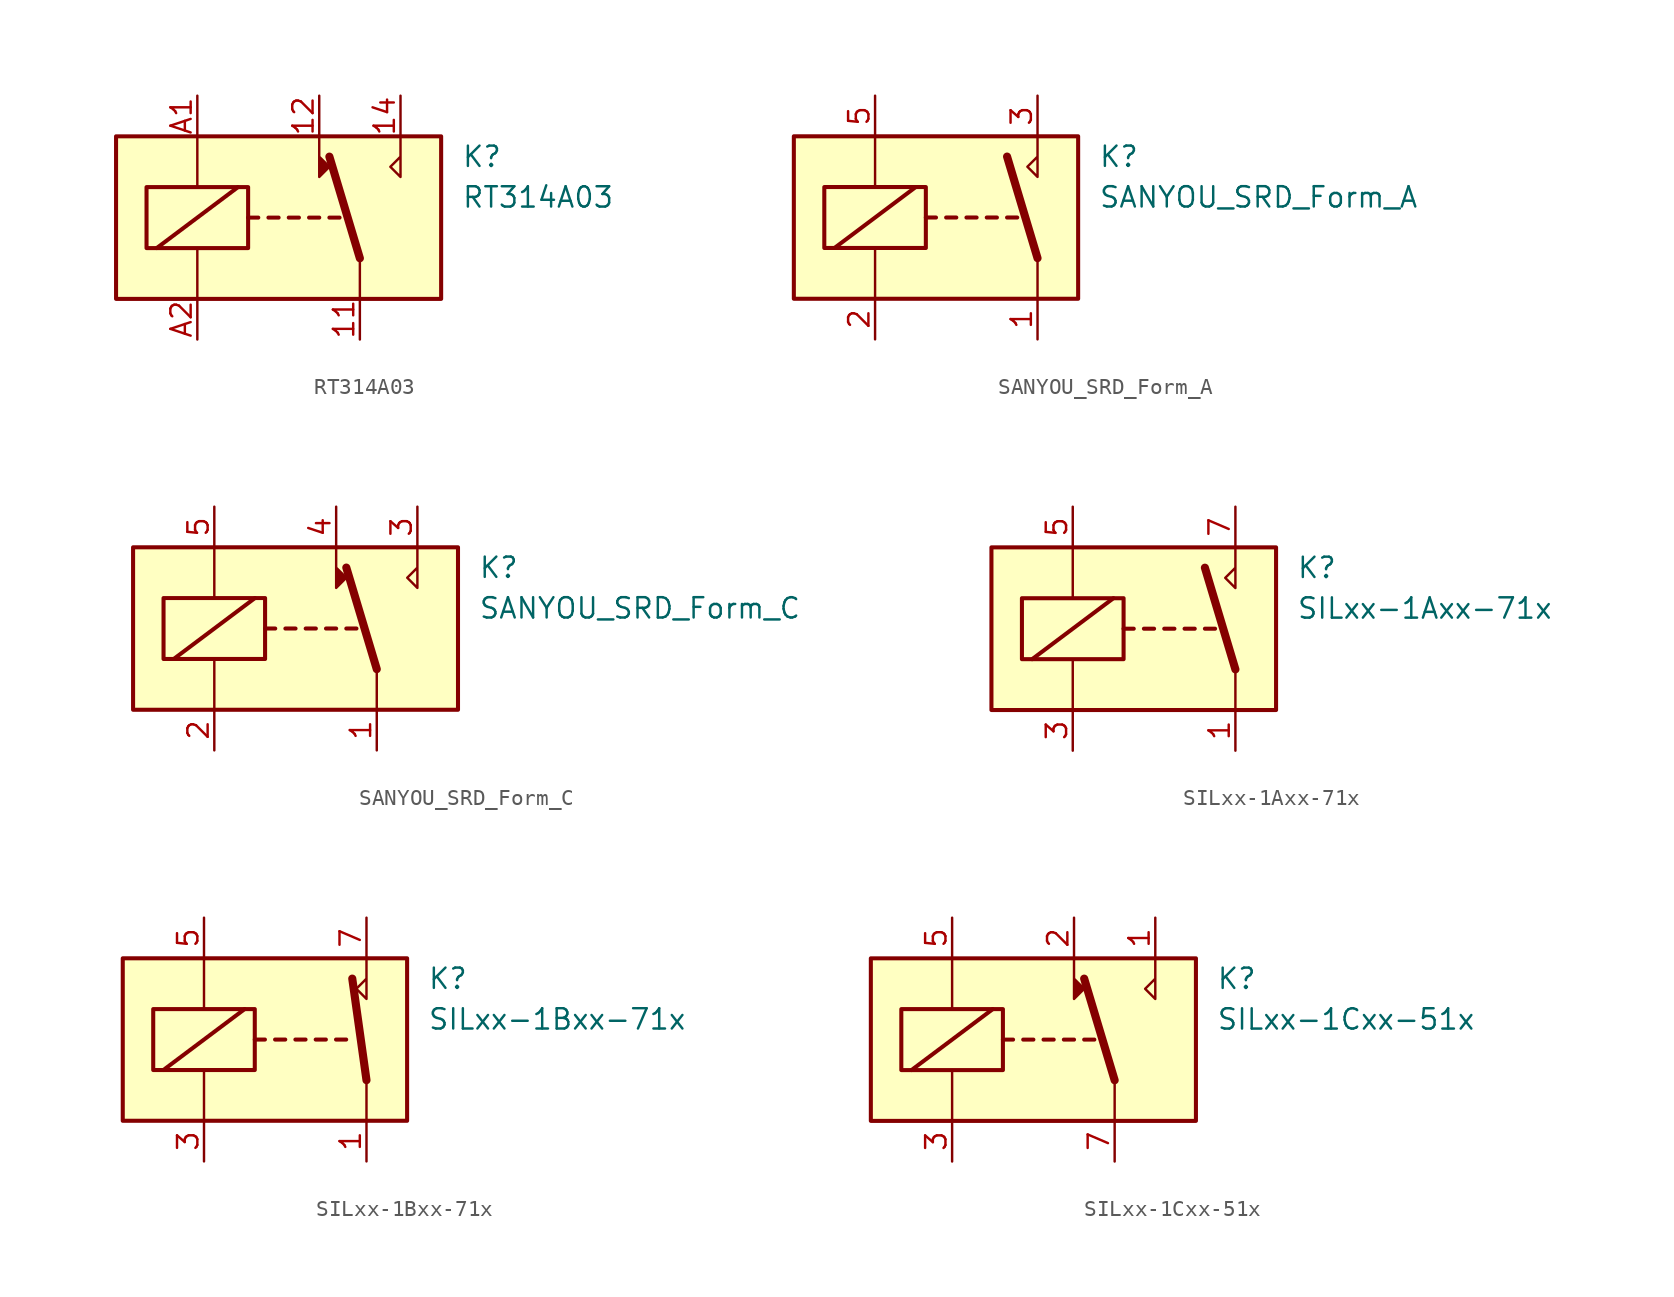
<source format=kicad_sym>
(kicad_symbol_lib
  (version 20200908)
  (generator kicad_symbol_editor)
  (symbol "Relay:RT314A03"
    (property "Reference" "K"
      (at 11.43 3.81 0)
      (effects (font (size 1.27 1.27)) (justify left)))
    (property "Value" "RT314A03"
      (at 11.43 1.27 0)
      (effects (font (size 1.27 1.27)) (justify left)))
    (symbol "RT314A03_0_1"
      (rectangle (start -10.16 5.08) (end 10.16 -5.08) (stroke (width 0.254)) (fill (type background)))
      (rectangle (start -8.255 1.905) (end -1.905 -1.905) (stroke (width 0.254)) (fill (type none)))
      (polyline (pts (xy -5.08 -5.08) (xy -5.08 -1.905)) (stroke (width 0)) (fill (type none)))
      (polyline (pts (xy -5.08 5.08) (xy -5.08 1.905)) (stroke (width 0)) (fill (type none)))
      (polyline (pts (xy -1.905 0) (xy -1.27 0)) (stroke (width 0.254)) (fill (type none)))
      (polyline (pts (xy -0.635 0) (xy 0 0)) (stroke (width 0.254)) (fill (type none)))
      (polyline (pts (xy 0.635 0) (xy 1.27 0)) (stroke (width 0.254)) (fill (type none)))
      (polyline (pts (xy 1.905 0) (xy 2.54 0)) (stroke (width 0.254)) (fill (type none)))
      (polyline (pts (xy 3.175 0) (xy 3.81 0)) (stroke (width 0.254)) (fill (type none)))
      (polyline (pts (xy 5.08 -2.54) (xy 3.175 3.81)) (stroke (width 0.508)) (fill (type none)))
      (polyline (pts (xy 5.08 -2.54) (xy 5.08 -5.08)) (stroke (width 0)) (fill (type none)))
      (polyline (pts (xy 2.54 5.08) (xy 2.54 2.54) (xy 3.175 3.175) (xy 2.54 3.81)) (stroke (width 0)) (fill (type outline)))
      (polyline (pts (xy 7.62 5.08) (xy 7.62 2.54) (xy 6.985 3.175) (xy 7.62 3.81)) (stroke (width 0)) (fill (type none))))
    (symbol "RT314A03_0_0"
      (polyline (pts (xy -2.54 1.905) (xy -7.62 -1.905)) (stroke (width 0.254)) (fill (type none))))
    (symbol "RT314A03_1_1"
      (pin passive line (at 5.08 -7.62 90) (length 2.54) (name "~" (effects (font (size 1.27 1.27)))) (number "11" (effects (font (size 1.27 1.27)))))
      (pin passive line (at 2.54 7.62 270) (length 2.54) (name "~" (effects (font (size 1.27 1.27)))) (number "12" (effects (font (size 1.27 1.27)))))
      (pin passive line (at 7.62 7.62 270) (length 2.54) (name "~" (effects (font (size 1.27 1.27)))) (number "14" (effects (font (size 1.27 1.27)))))
      (pin passive line (at -5.08 7.62 270) (length 2.54) (name "~" (effects (font (size 1.27 1.27)))) (number "A1" (effects (font (size 1.27 1.27)))))
      (pin passive line (at -5.08 -7.62 90) (length 2.54) (name "~" (effects (font (size 1.27 1.27)))) (number "A2" (effects (font (size 1.27 1.27)))))))
  (symbol "Relay:SANYOU_SRD_Form_A"
    (property "Reference" "K"
      (at 8.89 3.81 0)
      (effects (font (size 1.27 1.27)) (justify left)))
    (property "Value" "SANYOU_SRD_Form_A"
      (at 8.89 1.27 0)
      (effects (font (size 1.27 1.27)) (justify left)))
    (symbol "SANYOU_SRD_Form_A_0_1"
      (rectangle (start -10.16 5.08) (end 7.62 -5.08) (stroke (width 0.254)) (fill (type background)))
      (rectangle (start -8.255 1.905) (end -1.905 -1.905) (stroke (width 0.254)) (fill (type none)))
      (polyline (pts (xy -7.62 -1.905) (xy -2.54 1.905)) (stroke (width 0.254)) (fill (type none)))
      (polyline (pts (xy -5.08 -5.08) (xy -5.08 -1.905)) (stroke (width 0)) (fill (type none)))
      (polyline (pts (xy -5.08 5.08) (xy -5.08 1.905)) (stroke (width 0)) (fill (type none)))
      (polyline (pts (xy -1.905 0) (xy -1.27 0)) (stroke (width 0.254)) (fill (type none)))
      (polyline (pts (xy -0.635 0) (xy 0 0)) (stroke (width 0.254)) (fill (type none)))
      (polyline (pts (xy 0.635 0) (xy 1.27 0)) (stroke (width 0.254)) (fill (type none)))
      (polyline (pts (xy 1.905 0) (xy 2.54 0)) (stroke (width 0.254)) (fill (type none)))
      (polyline (pts (xy 3.175 0) (xy 3.81 0)) (stroke (width 0.254)) (fill (type none)))
      (polyline (pts (xy 5.08 -2.54) (xy 3.175 3.81)) (stroke (width 0.508)) (fill (type none)))
      (polyline (pts (xy 5.08 -2.54) (xy 5.08 -5.08)) (stroke (width 0)) (fill (type none))))
    (symbol "SANYOU_SRD_Form_A_0_0"
      (polyline (pts (xy 5.08 5.08) (xy 5.08 2.54) (xy 4.445 3.175) (xy 5.08 3.81)) (stroke (width 0)) (fill (type none))))
    (symbol "SANYOU_SRD_Form_A_1_1"
      (pin passive line (at 5.08 -7.62 90) (length 2.54) (name "~" (effects (font (size 1.27 1.27)))) (number "1" (effects (font (size 1.27 1.27)))))
      (pin passive line (at -5.08 -7.62 90) (length 2.54) (name "~" (effects (font (size 1.27 1.27)))) (number "2" (effects (font (size 1.27 1.27)))))
      (pin passive line (at 5.08 7.62 270) (length 2.54) (name "~" (effects (font (size 1.27 1.27)))) (number "3" (effects (font (size 1.27 1.27)))))
      (pin passive line (at -5.08 7.62 270) (length 2.54) (name "~" (effects (font (size 1.27 1.27)))) (number "5" (effects (font (size 1.27 1.27)))))))
  (symbol "Relay:SANYOU_SRD_Form_C"
    (property "Reference" "K"
      (at 11.43 3.81 0)
      (effects (font (size 1.27 1.27)) (justify left)))
    (property "Value" "SANYOU_SRD_Form_C"
      (at 11.43 1.27 0)
      (effects (font (size 1.27 1.27)) (justify left)))
    (symbol "SANYOU_SRD_Form_C_0_1"
      (rectangle (start -10.16 5.08) (end 10.16 -5.08) (stroke (width 0.254)) (fill (type background)))
      (rectangle (start -8.255 1.905) (end -1.905 -1.905) (stroke (width 0.254)) (fill (type none)))
      (polyline (pts (xy -7.62 -1.905) (xy -2.54 1.905)) (stroke (width 0.254)) (fill (type none)))
      (polyline (pts (xy -5.08 -5.08) (xy -5.08 -1.905)) (stroke (width 0)) (fill (type none)))
      (polyline (pts (xy -5.08 5.08) (xy -5.08 1.905)) (stroke (width 0)) (fill (type none)))
      (polyline (pts (xy -1.905 0) (xy -1.27 0)) (stroke (width 0.254)) (fill (type none)))
      (polyline (pts (xy -0.635 0) (xy 0 0)) (stroke (width 0.254)) (fill (type none)))
      (polyline (pts (xy 0.635 0) (xy 1.27 0)) (stroke (width 0.254)) (fill (type none)))
      (polyline (pts (xy 1.905 0) (xy 2.54 0)) (stroke (width 0.254)) (fill (type none)))
      (polyline (pts (xy 3.175 0) (xy 3.81 0)) (stroke (width 0.254)) (fill (type none)))
      (polyline (pts (xy 5.08 -2.54) (xy 3.175 3.81)) (stroke (width 0.508)) (fill (type none)))
      (polyline (pts (xy 5.08 -2.54) (xy 5.08 -5.08)) (stroke (width 0)) (fill (type none))))
    (symbol "SANYOU_SRD_Form_C_0_0"
      (polyline (pts (xy 7.62 5.08) (xy 7.62 2.54) (xy 6.985 3.175) (xy 7.62 3.81)) (stroke (width 0)) (fill (type none))))
    (symbol "SANYOU_SRD_Form_C_1_1"
      (polyline (pts (xy 2.54 3.81) (xy 3.175 3.175) (xy 2.54 2.54) (xy 2.54 5.08)) (stroke (width 0)) (fill (type outline)))
      (pin passive line (at 5.08 -7.62 90) (length 2.54) (name "~" (effects (font (size 1.27 1.27)))) (number "1" (effects (font (size 1.27 1.27)))))
      (pin passive line (at -5.08 -7.62 90) (length 2.54) (name "~" (effects (font (size 1.27 1.27)))) (number "2" (effects (font (size 1.27 1.27)))))
      (pin passive line (at 7.62 7.62 270) (length 2.54) (name "~" (effects (font (size 1.27 1.27)))) (number "3" (effects (font (size 1.27 1.27)))))
      (pin passive line (at 2.54 7.62 270) (length 2.54) (name "~" (effects (font (size 1.27 1.27)))) (number "4" (effects (font (size 1.27 1.27)))))
      (pin passive line (at -5.08 7.62 270) (length 2.54) (name "~" (effects (font (size 1.27 1.27)))) (number "5" (effects (font (size 1.27 1.27)))))))
  (symbol "Relay:SILxx-1Axx-71x"
    (property "Reference" "K"
      (at 8.89 3.81 0)
      (effects (font (size 1.27 1.27)) (justify left)))
    (property "Value" "SILxx-1Axx-71x"
      (at 8.89 1.27 0)
      (effects (font (size 1.27 1.27)) (justify left)))
    (symbol "SILxx-1Axx-71x_0_1"
      (rectangle (start -10.16 5.08) (end 7.62 -5.08) (stroke (width 0.254)) (fill (type background)))
      (rectangle (start -8.255 1.905) (end -1.905 -1.905) (stroke (width 0.254)) (fill (type none)))
      (polyline (pts (xy -7.62 -1.905) (xy -2.54 1.905)) (stroke (width 0.254)) (fill (type none)))
      (polyline (pts (xy -5.08 -5.08) (xy -5.08 -1.905)) (stroke (width 0)) (fill (type none)))
      (polyline (pts (xy -5.08 5.08) (xy -5.08 1.905)) (stroke (width 0)) (fill (type none)))
      (polyline (pts (xy -1.905 0) (xy -1.27 0)) (stroke (width 0.254)) (fill (type none)))
      (polyline (pts (xy -0.635 0) (xy 0 0)) (stroke (width 0.254)) (fill (type none)))
      (polyline (pts (xy 0.635 0) (xy 1.27 0)) (stroke (width 0.254)) (fill (type none)))
      (polyline (pts (xy 1.905 0) (xy 2.54 0)) (stroke (width 0.254)) (fill (type none)))
      (polyline (pts (xy 3.175 0) (xy 3.81 0)) (stroke (width 0.254)) (fill (type none)))
      (polyline (pts (xy 5.08 -2.54) (xy 3.175 3.81)) (stroke (width 0.508)) (fill (type none)))
      (polyline (pts (xy 5.08 -2.54) (xy 5.08 -5.08)) (stroke (width 0)) (fill (type none))))
    (symbol "SILxx-1Axx-71x_0_0"
      (polyline (pts (xy 5.08 5.08) (xy 5.08 2.54) (xy 4.445 3.175) (xy 5.08 3.81)) (stroke (width 0)) (fill (type none))))
    (symbol "SILxx-1Axx-71x_1_1"
      (pin passive line (at 5.08 -7.62 90) (length 2.54) (name "~" (effects (font (size 1.27 1.27)))) (number "1" (effects (font (size 1.27 1.27)))))
      (pin passive line (at -5.08 -7.62 90) (length 2.54) (name "~" (effects (font (size 1.27 1.27)))) (number "3" (effects (font (size 1.27 1.27)))))
      (pin passive line (at -5.08 7.62 270) (length 2.54) (name "~" (effects (font (size 1.27 1.27)))) (number "5" (effects (font (size 1.27 1.27)))))
      (pin passive line (at 5.08 7.62 270) (length 2.54) (name "~" (effects (font (size 1.27 1.27)))) (number "7" (effects (font (size 1.27 1.27)))))))
  (symbol "Relay:SILxx-1Bxx-71x"
    (property "Reference" "K"
      (at 8.89 3.81 0)
      (effects (font (size 1.27 1.27)) (justify left)))
    (property "Value" "SILxx-1Bxx-71x"
      (at 8.89 1.27 0)
      (effects (font (size 1.27 1.27)) (justify left)))
    (symbol "SILxx-1Bxx-71x_0_1"
      (rectangle (start -10.16 5.08) (end 7.62 -5.08) (stroke (width 0.254)) (fill (type background)))
      (rectangle (start -8.255 1.905) (end -1.905 -1.905) (stroke (width 0.254)) (fill (type none)))
      (polyline (pts (xy -7.62 -1.905) (xy -2.54 1.905)) (stroke (width 0.254)) (fill (type none)))
      (polyline (pts (xy -5.08 -5.08) (xy -5.08 -1.905)) (stroke (width 0)) (fill (type none)))
      (polyline (pts (xy -5.08 5.08) (xy -5.08 1.905)) (stroke (width 0)) (fill (type none)))
      (polyline (pts (xy -1.905 0) (xy -1.27 0)) (stroke (width 0.254)) (fill (type none)))
      (polyline (pts (xy -0.635 0) (xy 0 0)) (stroke (width 0.254)) (fill (type none)))
      (polyline (pts (xy 0.635 0) (xy 1.27 0)) (stroke (width 0.254)) (fill (type none)))
      (polyline (pts (xy 1.905 0) (xy 2.54 0)) (stroke (width 0.254)) (fill (type none)))
      (polyline (pts (xy 3.175 0) (xy 3.81 0)) (stroke (width 0.254)) (fill (type none)))
      (polyline (pts (xy 5.08 -2.54) (xy 4.191 3.81)) (stroke (width 0.508)) (fill (type none)))
      (polyline (pts (xy 5.08 -2.54) (xy 5.08 -5.08)) (stroke (width 0)) (fill (type none))))
    (symbol "SILxx-1Bxx-71x_0_0"
      (polyline (pts (xy 5.08 5.08) (xy 5.08 2.54) (xy 4.445 3.175) (xy 5.08 3.81)) (stroke (width 0)) (fill (type none))))
    (symbol "SILxx-1Bxx-71x_1_1"
      (pin passive line (at 5.08 -7.62 90) (length 2.54) (name "~" (effects (font (size 1.27 1.27)))) (number "1" (effects (font (size 1.27 1.27)))))
      (pin passive line (at -5.08 -7.62 90) (length 2.54) (name "~" (effects (font (size 1.27 1.27)))) (number "3" (effects (font (size 1.27 1.27)))))
      (pin passive line (at -5.08 7.62 270) (length 2.54) (name "~" (effects (font (size 1.27 1.27)))) (number "5" (effects (font (size 1.27 1.27)))))
      (pin passive line (at 5.08 7.62 270) (length 2.54) (name "~" (effects (font (size 1.27 1.27)))) (number "7" (effects (font (size 1.27 1.27)))))))
  (symbol "Relay:SILxx-1Cxx-51x"
    (property "Reference" "K"
      (at 11.43 3.81 0)
      (effects (font (size 1.27 1.27)) (justify left)))
    (property "Value" "SILxx-1Cxx-51x"
      (at 11.43 1.27 0)
      (effects (font (size 1.27 1.27)) (justify left)))
    (symbol "SILxx-1Cxx-51x_0_1"
      (rectangle (start -10.16 5.08) (end 10.16 -5.08) (stroke (width 0.254)) (fill (type background)))
      (rectangle (start -8.255 1.905) (end -1.905 -1.905) (stroke (width 0.254)) (fill (type none)))
      (polyline (pts (xy -7.62 -1.905) (xy -2.54 1.905)) (stroke (width 0.254)) (fill (type none)))
      (polyline (pts (xy -5.08 -5.08) (xy -5.08 -1.905)) (stroke (width 0)) (fill (type none)))
      (polyline (pts (xy -5.08 5.08) (xy -5.08 1.905)) (stroke (width 0)) (fill (type none)))
      (polyline (pts (xy -1.905 0) (xy -1.27 0)) (stroke (width 0.254)) (fill (type none)))
      (polyline (pts (xy -0.635 0) (xy 0 0)) (stroke (width 0.254)) (fill (type none)))
      (polyline (pts (xy 0.635 0) (xy 1.27 0)) (stroke (width 0.254)) (fill (type none)))
      (polyline (pts (xy 1.905 0) (xy 2.54 0)) (stroke (width 0.254)) (fill (type none)))
      (polyline (pts (xy 3.175 0) (xy 3.81 0)) (stroke (width 0.254)) (fill (type none)))
      (polyline (pts (xy 5.08 -2.54) (xy 3.175 3.81)) (stroke (width 0.508)) (fill (type none)))
      (polyline (pts (xy 5.08 -2.54) (xy 5.08 -5.08)) (stroke (width 0)) (fill (type none)))
      (polyline (pts (xy 2.54 5.08) (xy 2.54 2.54) (xy 3.175 3.175) (xy 2.54 3.81)) (stroke (width 0)) (fill (type outline))))
    (symbol "SILxx-1Cxx-51x_0_0"
      (polyline (pts (xy 7.62 5.08) (xy 7.62 2.54) (xy 6.985 3.175) (xy 7.62 3.81)) (stroke (width 0)) (fill (type none))))
    (symbol "SILxx-1Cxx-51x_1_1"
      (pin passive line (at 7.62 7.62 270) (length 2.54) (name "~" (effects (font (size 1.27 1.27)))) (number "1" (effects (font (size 1.27 1.27)))))
      (pin passive line (at 2.54 7.62 270) (length 2.54) (name "~" (effects (font (size 1.27 1.27)))) (number "2" (effects (font (size 1.27 1.27)))))
      (pin passive line (at -5.08 -7.62 90) (length 2.54) (name "~" (effects (font (size 1.27 1.27)))) (number "3" (effects (font (size 1.27 1.27)))))
      (pin passive line (at -5.08 7.62 270) (length 2.54) (name "~" (effects (font (size 1.27 1.27)))) (number "5" (effects (font (size 1.27 1.27)))))
      (pin passive line (at 5.08 -7.62 90) (length 2.54) (name "~" (effects (font (size 1.27 1.27)))) (number "7" (effects (font (size 1.27 1.27))))))))
</source>
